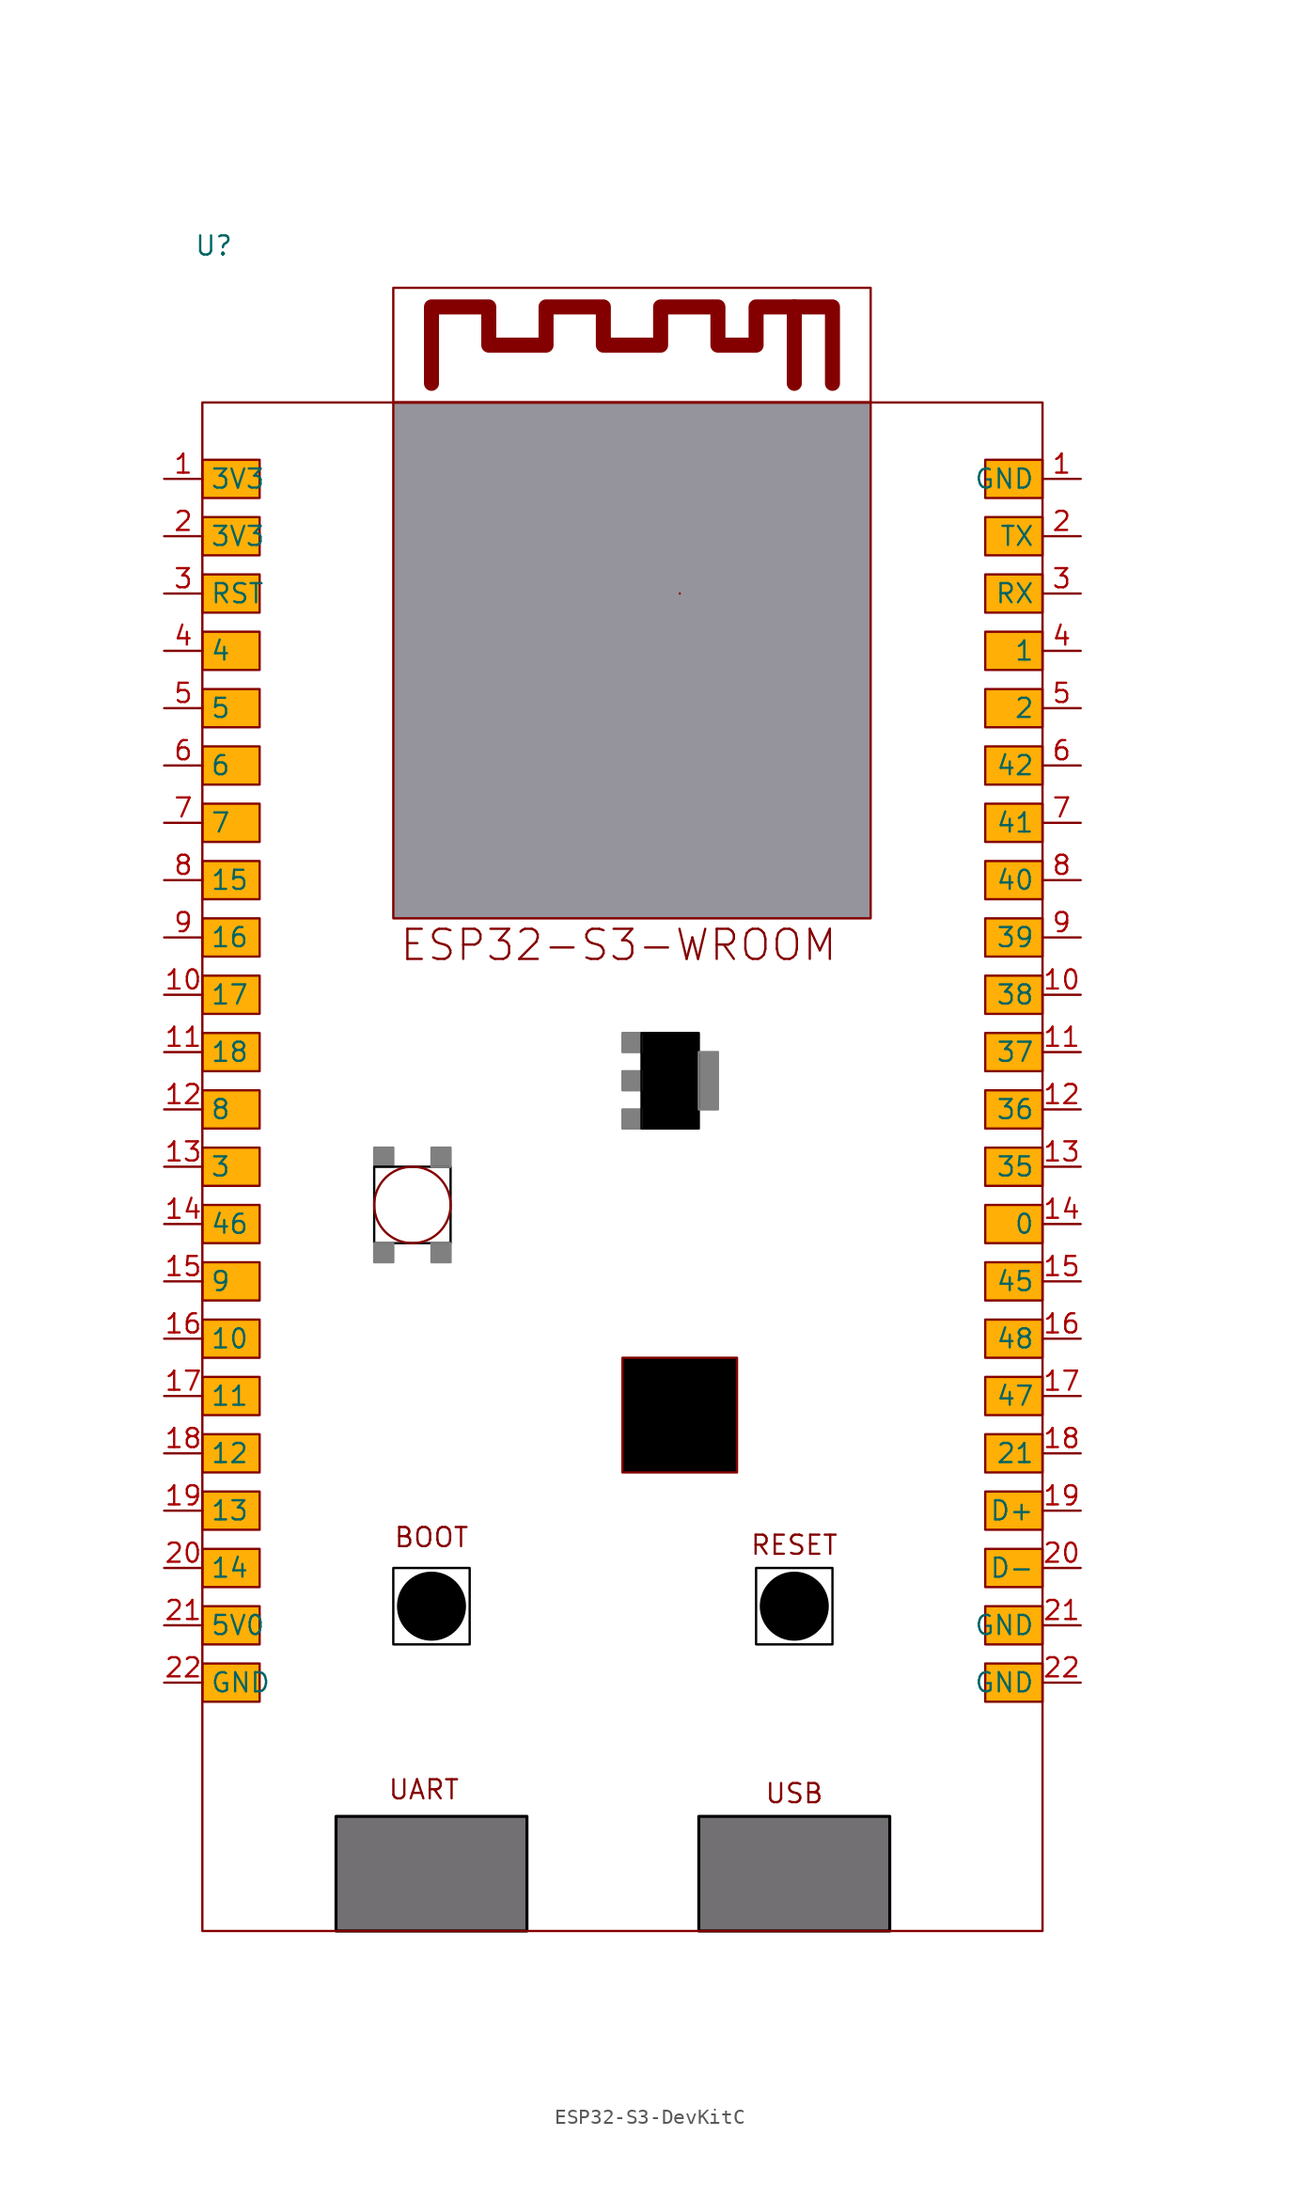
<source format=kicad_sym>
(kicad_symbol_lib
  (version 20231120)
  (generator "kicad_symbol_editor")
  (generator_version "8.0")
  (symbol "ESP32-S3-DevKitC"
    (property "Reference" "U"
      (at 0.762 1.524 0)
      (effects (font (size 1.27 1.27))))
    (property "Value" ""
      (at 62.23 -76.2 0)
      (effects (font (size 1.27 1.27))))
    (symbol "ESP32-S3-DevKitC_0_1"
      (rectangle (start 12.7 -1.27) (end 44.45 -8.89) (stroke (width 0) (type default)) (fill (type none)))
      (rectangle (start 31.75 -21.59) (end 31.75 -21.59) (stroke (width 0) (type default)) (fill (type none))))
    (symbol "ESP32-S3-DevKitC_1_0"
      (rectangle (start 8.89 -102.87) (end 21.59 -110.49) (stroke (width 0.2) (type default) (color 0 0 0 1)) (fill (type color) (color 114 112 115 1)))
      (rectangle (start 11.43 -64.77) (end 12.7 -66.04) (stroke (width 0) (type default) (color 128 128 128 1)) (fill (type color) (color 128 128 128 1)))
      (rectangle (start 11.43 -59.69) (end 16.51 -64.77) (stroke (width 0) (type default) (color 0 0 0 1)) (fill (type none)))
      (rectangle (start 11.43 -58.42) (end 12.7 -59.69) (stroke (width 0) (type default) (color 128 128 128 1)) (fill (type color) (color 128 128 128 1)))
      (circle (center 13.97 -62.23) (radius 2.54) (stroke (width 0) (type default)) (fill (type none)))
      (rectangle (start 15.24 -64.77) (end 16.51 -66.04) (stroke (width 0) (type default) (color 128 128 128 1)) (fill (type color) (color 128 128 128 1)))
      (rectangle (start 15.24 -58.42) (end 16.51 -59.69) (stroke (width 0) (type default) (color 128 128 128 1)) (fill (type color) (color 128 128 128 1)))
      (rectangle (start 27.94 -72.39) (end 35.56 -80.01) (stroke (width 0) (type default)) (fill (type color) (color 0 0 0 1)))
      (rectangle (start 27.94 -55.88) (end 29.21 -57.15) (stroke (width 0) (type default) (color 128 128 128 1)) (fill (type color) (color 128 128 128 1)))
      (rectangle (start 27.94 -53.34) (end 29.21 -54.61) (stroke (width 0) (type default) (color 128 128 128 1)) (fill (type color) (color 128 128 128 1)))
      (rectangle (start 27.94 -50.8) (end 29.21 -52.07) (stroke (width 0) (type default) (color 128 128 128 1)) (fill (type color) (color 128 128 128 1)))
      (rectangle (start 29.21 -50.8) (end 33.02 -57.15) (stroke (width 0) (type default) (color 0 0 0 1)) (fill (type color) (color 0 0 0 1)))
      (rectangle (start 33.02 -102.87) (end 45.72 -110.49) (stroke (width 0.2) (type default) (color 0 0 0 1)) (fill (type color) (color 114 112 115 1)))
      (rectangle (start 33.02 -52.07) (end 34.29 -55.88) (stroke (width 0) (type default) (color 128 128 128 1)) (fill (type color) (color 128 128 128 1)))
      (text "BOOT" (at 15.24 -84.328 0) (effects (font (size 1.27 1.27))))
      (text "RESET" (at 39.37 -84.836 0) (effects (font (size 1.27 1.27))))
      (text "UART" (at 14.732 -101.092 0) (effects (font (size 1.27 1.27))))
      (text "USB" (at 39.37 -101.346 0) (effects (font (size 1.27 1.27)))))
    (symbol "ESP32-S3-DevKitC_1_1"
      (rectangle (start 0 -92.71) (end 3.81 -95.25) (stroke (width 0) (type default)) (fill (type color) (color 255 175 5 1)))
      (rectangle (start 0 -88.9) (end 3.81 -91.44) (stroke (width 0) (type default)) (fill (type color) (color 255 175 5 1)))
      (rectangle (start 0 -85.09) (end 3.81 -87.63) (stroke (width 0) (type default)) (fill (type color) (color 255 175 5 1)))
      (rectangle (start 0 -81.28) (end 3.81 -83.82) (stroke (width 0) (type default)) (fill (type color) (color 255 175 5 1)))
      (rectangle (start 0 -77.47) (end 3.81 -80.01) (stroke (width 0) (type default)) (fill (type color) (color 255 175 5 1)))
      (rectangle (start 0 -73.66) (end 3.81 -76.2) (stroke (width 0) (type default)) (fill (type color) (color 255 175 5 1)))
      (rectangle (start 0 -69.85) (end 3.81 -72.39) (stroke (width 0) (type default)) (fill (type color) (color 255 175 5 1)))
      (rectangle (start 0 -66.04) (end 3.81 -68.58) (stroke (width 0) (type default)) (fill (type color) (color 255 175 5 1)))
      (rectangle (start 0 -62.23) (end 3.81 -64.77) (stroke (width 0) (type default)) (fill (type color) (color 255 175 5 1)))
      (rectangle (start 0 -58.42) (end 3.81 -60.96) (stroke (width 0) (type default)) (fill (type color) (color 255 175 5 1)))
      (rectangle (start 0 -54.61) (end 3.81 -57.15) (stroke (width 0) (type default)) (fill (type color) (color 255 175 5 1)))
      (rectangle (start 0 -50.8) (end 3.81 -53.34) (stroke (width 0) (type default)) (fill (type color) (color 255 175 5 1)))
      (rectangle (start 0 -46.99) (end 3.81 -49.53) (stroke (width 0) (type default)) (fill (type color) (color 255 175 5 1)))
      (rectangle (start 0 -43.18) (end 3.81 -45.72) (stroke (width 0) (type default)) (fill (type color) (color 255 175 5 1)))
      (rectangle (start 0 -39.37) (end 3.81 -41.91) (stroke (width 0) (type default)) (fill (type color) (color 255 175 5 1)))
      (rectangle (start 0 -35.56) (end 3.81 -38.1) (stroke (width 0) (type default)) (fill (type color) (color 255 175 5 1)))
      (rectangle (start 0 -31.75) (end 3.81 -34.29) (stroke (width 0) (type default)) (fill (type color) (color 255 175 5 1)))
      (rectangle (start 0 -27.94) (end 3.81 -30.48) (stroke (width 0) (type default)) (fill (type color) (color 255 175 5 1)))
      (rectangle (start 0 -24.13) (end 3.81 -26.67) (stroke (width 0) (type default)) (fill (type color) (color 255 175 5 1)))
      (rectangle (start 0 -20.32) (end 3.81 -22.86) (stroke (width 0) (type default)) (fill (type color) (color 255 175 5 1)))
      (rectangle (start 0 -16.51) (end 3.81 -19.05) (stroke (width 0) (type default)) (fill (type color) (color 255 175 5 1)))
      (rectangle (start 0 -12.7) (end 3.81 -15.24) (stroke (width 0) (type default)) (fill (type color) (color 255 175 5 1)))
      (rectangle (start 0 -8.89) (end 55.88 -110.49) (stroke (width 0) (type default)) (fill (type none)))
      (polyline (pts (xy 41.91 -7.62) (xy 41.91 -2.54) (xy 39.37 -2.54) (xy 39.37 -7.62)) (stroke (width 1) (type default)) (fill (type none)))
      (polyline (pts (xy 39.37 -2.54) (xy 36.83 -2.54) (xy 36.83 -5.08) (xy 34.29 -5.08) (xy 34.29 -2.54) (xy 30.48 -2.54) (xy 30.48 -5.08) (xy 26.67 -5.08) (xy 26.67 -2.54) (xy 22.86 -2.54) (xy 22.86 -5.08) (xy 19.05 -5.08) (xy 19.05 -2.54) (xy 15.24 -2.54) (xy 15.24 -7.62)) (stroke (width 1) (type default)) (fill (type none)))
      (rectangle (start 12.7 -86.36) (end 17.78 -91.44) (stroke (width 0) (type default) (color 0 0 0 1)) (fill (type none)))
      (rectangle (start 12.7 -8.89) (end 44.45 -43.18) (stroke (width 0) (type default)) (fill (type color) (color 149 147 156 1)))
      (circle (center 15.24 -88.9) (radius 1.796) (stroke (width 1) (type default) (color 0 0 0 1)) (fill (type color) (color 0 0 0 1)))
      (rectangle (start 36.83 -86.36) (end 41.91 -91.44) (stroke (width 0) (type default) (color 0 0 0 1)) (fill (type none)))
      (circle (center 39.37 -88.9) (radius 1.796) (stroke (width 1) (type default) (color 0 0 0 1)) (fill (type color) (color 0 0 0 1)))
      (rectangle (start 52.07 -92.71) (end 55.88 -95.25) (stroke (width 0) (type default)) (fill (type color) (color 255 175 5 1)))
      (rectangle (start 52.07 -91.44) (end 55.88 -88.9) (stroke (width 0) (type default)) (fill (type color) (color 255 175 5 1)))
      (rectangle (start 52.07 -87.63) (end 55.88 -85.09) (stroke (width 0) (type default)) (fill (type color) (color 255 175 5 1)))
      (rectangle (start 52.07 -83.82) (end 55.88 -81.28) (stroke (width 0) (type default)) (fill (type color) (color 255 175 5 1)))
      (rectangle (start 52.07 -80.01) (end 55.88 -77.47) (stroke (width 0) (type default)) (fill (type color) (color 255 175 5 1)))
      (rectangle (start 52.07 -76.2) (end 55.88 -73.66) (stroke (width 0) (type default)) (fill (type color) (color 255 175 5 1)))
      (rectangle (start 52.07 -72.39) (end 55.88 -69.85) (stroke (width 0) (type default)) (fill (type color) (color 255 175 5 1)))
      (rectangle (start 52.07 -68.58) (end 55.88 -66.04) (stroke (width 0) (type default)) (fill (type color) (color 255 175 5 1)))
      (rectangle (start 52.07 -64.77) (end 55.88 -62.23) (stroke (width 0) (type default)) (fill (type color) (color 255 175 5 1)))
      (rectangle (start 52.07 -60.96) (end 55.88 -58.42) (stroke (width 0) (type default)) (fill (type color) (color 255 175 5 1)))
      (rectangle (start 52.07 -57.15) (end 55.88 -54.61) (stroke (width 0) (type default)) (fill (type color) (color 255 175 5 1)))
      (rectangle (start 52.07 -53.34) (end 55.88 -50.8) (stroke (width 0) (type default)) (fill (type color) (color 255 175 5 1)))
      (rectangle (start 52.07 -49.53) (end 55.88 -46.99) (stroke (width 0) (type default)) (fill (type color) (color 255 175 5 1)))
      (rectangle (start 52.07 -45.72) (end 55.88 -43.18) (stroke (width 0) (type default)) (fill (type color) (color 255 175 5 1)))
      (rectangle (start 52.07 -41.91) (end 55.88 -39.37) (stroke (width 0) (type default)) (fill (type color) (color 255 175 5 1)))
      (rectangle (start 52.07 -38.1) (end 55.88 -35.56) (stroke (width 0) (type default)) (fill (type color) (color 255 175 5 1)))
      (rectangle (start 52.07 -34.29) (end 55.88 -31.75) (stroke (width 0) (type default)) (fill (type color) (color 255 175 5 1)))
      (rectangle (start 52.07 -30.48) (end 55.88 -27.94) (stroke (width 0) (type default)) (fill (type color) (color 255 175 5 1)))
      (rectangle (start 52.07 -26.67) (end 55.88 -24.13) (stroke (width 0) (type default)) (fill (type color) (color 255 175 5 1)))
      (rectangle (start 52.07 -22.86) (end 55.88 -20.32) (stroke (width 0) (type default)) (fill (type color) (color 255 175 5 1)))
      (rectangle (start 52.07 -19.05) (end 55.88 -16.51) (stroke (width 0) (type default)) (fill (type color) (color 255 175 5 1)))
      (rectangle (start 52.07 -15.24) (end 55.88 -12.7) (stroke (width 0) (type default)) (fill (type color) (color 255 175 5 1)))
      (text "ESP32-S3-WROOM" (at 27.686 -44.958 0) (effects (font (size 2 2))))
      (pin power_out line (at -2.54 -13.97 0) (length 2.54) (name "3V3" (effects (font (size 1.27 1.27)))) (number "1" (effects (font (size 1.27 1.27)))))
      (pin power_in line (at 58.42 -13.97 180) (length 2.54) (name "GND" (effects (font (size 1.27 1.27)))) (number "1" (effects (font (size 1.27 1.27)))))
      (pin bidirectional line (at -2.54 -48.26 0) (length 2.54) (name "17" (effects (font (size 1.27 1.27)))) (number "10" (effects (font (size 1.27 1.27)))))
      (pin bidirectional line (at 58.42 -48.26 180) (length 2.54) (name "38" (effects (font (size 1.27 1.27)))) (number "10" (effects (font (size 1.27 1.27)))))
      (pin bidirectional line (at -2.54 -52.07 0) (length 2.54) (name "18" (effects (font (size 1.27 1.27)))) (number "11" (effects (font (size 1.27 1.27)))))
      (pin bidirectional line (at 58.42 -52.07 180) (length 2.54) (name "37" (effects (font (size 1.27 1.27)))) (number "11" (effects (font (size 1.27 1.27)))))
      (pin bidirectional line (at 58.42 -55.88 180) (length 2.54) (name "36" (effects (font (size 1.27 1.27)))) (number "12" (effects (font (size 1.27 1.27)))))
      (pin bidirectional line (at -2.54 -55.88 0) (length 2.54) (name "8" (effects (font (size 1.27 1.27)))) (number "12" (effects (font (size 1.27 1.27)))))
      (pin bidirectional line (at -2.54 -59.69 0) (length 2.54) (name "3" (effects (font (size 1.27 1.27)))) (number "13" (effects (font (size 1.27 1.27)))))
      (pin bidirectional line (at 58.42 -59.69 180) (length 2.54) (name "35" (effects (font (size 1.27 1.27)))) (number "13" (effects (font (size 1.27 1.27)))))
      (pin bidirectional line (at 58.42 -63.5 180) (length 2.54) (name "0" (effects (font (size 1.27 1.27)))) (number "14" (effects (font (size 1.27 1.27)))))
      (pin bidirectional line (at -2.54 -63.5 0) (length 2.54) (name "46" (effects (font (size 1.27 1.27)))) (number "14" (effects (font (size 1.27 1.27)))))
      (pin bidirectional line (at 58.42 -67.31 180) (length 2.54) (name "45" (effects (font (size 1.27 1.27)))) (number "15" (effects (font (size 1.27 1.27)))))
      (pin bidirectional line (at -2.54 -67.31 0) (length 2.54) (name "9" (effects (font (size 1.27 1.27)))) (number "15" (effects (font (size 1.27 1.27)))))
      (pin bidirectional line (at -2.54 -71.12 0) (length 2.54) (name "10" (effects (font (size 1.27 1.27)))) (number "16" (effects (font (size 1.27 1.27)))))
      (pin bidirectional line (at 58.42 -71.12 180) (length 2.54) (name "48" (effects (font (size 1.27 1.27)))) (number "16" (effects (font (size 1.27 1.27)))))
      (pin bidirectional line (at -2.54 -74.93 0) (length 2.54) (name "11" (effects (font (size 1.27 1.27)))) (number "17" (effects (font (size 1.27 1.27)))))
      (pin bidirectional line (at 58.42 -74.93 180) (length 2.54) (name "47" (effects (font (size 1.27 1.27)))) (number "17" (effects (font (size 1.27 1.27)))))
      (pin bidirectional line (at -2.54 -78.74 0) (length 2.54) (name "12" (effects (font (size 1.27 1.27)))) (number "18" (effects (font (size 1.27 1.27)))))
      (pin bidirectional line (at 58.42 -78.74 180) (length 2.54) (name "21" (effects (font (size 1.27 1.27)))) (number "18" (effects (font (size 1.27 1.27)))))
      (pin bidirectional line (at -2.54 -82.55 0) (length 2.54) (name "13" (effects (font (size 1.27 1.27)))) (number "19" (effects (font (size 1.27 1.27)))))
      (pin bidirectional line (at 58.42 -82.55 180) (length 2.54) (name "D+" (effects (font (size 1.27 1.27)))) (number "19" (effects (font (size 1.27 1.27)))))
      (pin power_out line (at -2.54 -17.78 0) (length 2.54) (name "3V3" (effects (font (size 1.27 1.27)))) (number "2" (effects (font (size 1.27 1.27)))))
      (pin bidirectional line (at 58.42 -17.78 180) (length 2.54) (name "TX" (effects (font (size 1.27 1.27)))) (number "2" (effects (font (size 1.27 1.27)))))
      (pin bidirectional line (at -2.54 -86.36 0) (length 2.54) (name "14" (effects (font (size 1.27 1.27)))) (number "20" (effects (font (size 1.27 1.27)))))
      (pin bidirectional line (at 58.42 -86.36 180) (length 2.54) (name "D-" (effects (font (size 1.27 1.27)))) (number "20" (effects (font (size 1.27 1.27)))))
      (pin power_out line (at -2.54 -90.17 0) (length 2.54) (name "5V0" (effects (font (size 1.27 1.27)))) (number "21" (effects (font (size 1.27 1.27)))))
      (pin power_in line (at 58.42 -90.17 180) (length 2.54) (name "GND" (effects (font (size 1.27 1.27)))) (number "21" (effects (font (size 1.27 1.27)))))
      (pin power_in line (at -2.54 -93.98 0) (length 2.54) (name "GND" (effects (font (size 1.27 1.27)))) (number "22" (effects (font (size 1.27 1.27)))))
      (pin power_out line (at 58.42 -93.98 180) (length 2.54) (name "GND" (effects (font (size 1.27 1.27)))) (number "22" (effects (font (size 1.27 1.27)))))
      (pin input line (at -2.54 -21.59 0) (length 2.54) (name "RST" (effects (font (size 1.27 1.27)))) (number "3" (effects (font (size 1.27 1.27)))))
      (pin bidirectional line (at 58.42 -21.59 180) (length 2.54) (name "RX" (effects (font (size 1.27 1.27)))) (number "3" (effects (font (size 1.27 1.27)))))
      (pin bidirectional line (at 58.42 -25.4 180) (length 2.54) (name "1" (effects (font (size 1.27 1.27)))) (number "4" (effects (font (size 1.27 1.27)))))
      (pin bidirectional line (at -2.54 -25.4 0) (length 2.54) (name "4" (effects (font (size 1.27 1.27)))) (number "4" (effects (font (size 1.27 1.27)))))
      (pin bidirectional line (at 58.42 -29.21 180) (length 2.54) (name "2" (effects (font (size 1.27 1.27)))) (number "5" (effects (font (size 1.27 1.27)))))
      (pin bidirectional line (at -2.54 -29.21 0) (length 2.54) (name "5" (effects (font (size 1.27 1.27)))) (number "5" (effects (font (size 1.27 1.27)))))
      (pin bidirectional line (at 58.42 -33.02 180) (length 2.54) (name "42" (effects (font (size 1.27 1.27)))) (number "6" (effects (font (size 1.27 1.27)))))
      (pin bidirectional line (at -2.54 -33.02 0) (length 2.54) (name "6" (effects (font (size 1.27 1.27)))) (number "6" (effects (font (size 1.27 1.27)))))
      (pin bidirectional line (at 58.42 -36.83 180) (length 2.54) (name "41" (effects (font (size 1.27 1.27)))) (number "7" (effects (font (size 1.27 1.27)))))
      (pin bidirectional line (at -2.54 -36.83 0) (length 2.54) (name "7" (effects (font (size 1.27 1.27)))) (number "7" (effects (font (size 1.27 1.27)))))
      (pin bidirectional line (at -2.54 -40.64 0) (length 2.54) (name "15" (effects (font (size 1.27 1.27)))) (number "8" (effects (font (size 1.27 1.27)))))
      (pin bidirectional line (at 58.42 -40.64 180) (length 2.54) (name "40" (effects (font (size 1.27 1.27)))) (number "8" (effects (font (size 1.27 1.27)))))
      (pin bidirectional line (at -2.54 -44.45 0) (length 2.54) (name "16" (effects (font (size 1.27 1.27)))) (number "9" (effects (font (size 1.27 1.27)))))
      (pin bidirectional line (at 58.42 -44.45 180) (length 2.54) (name "39" (effects (font (size 1.27 1.27)))) (number "9" (effects (font (size 1.27 1.27))))))))
</source>
